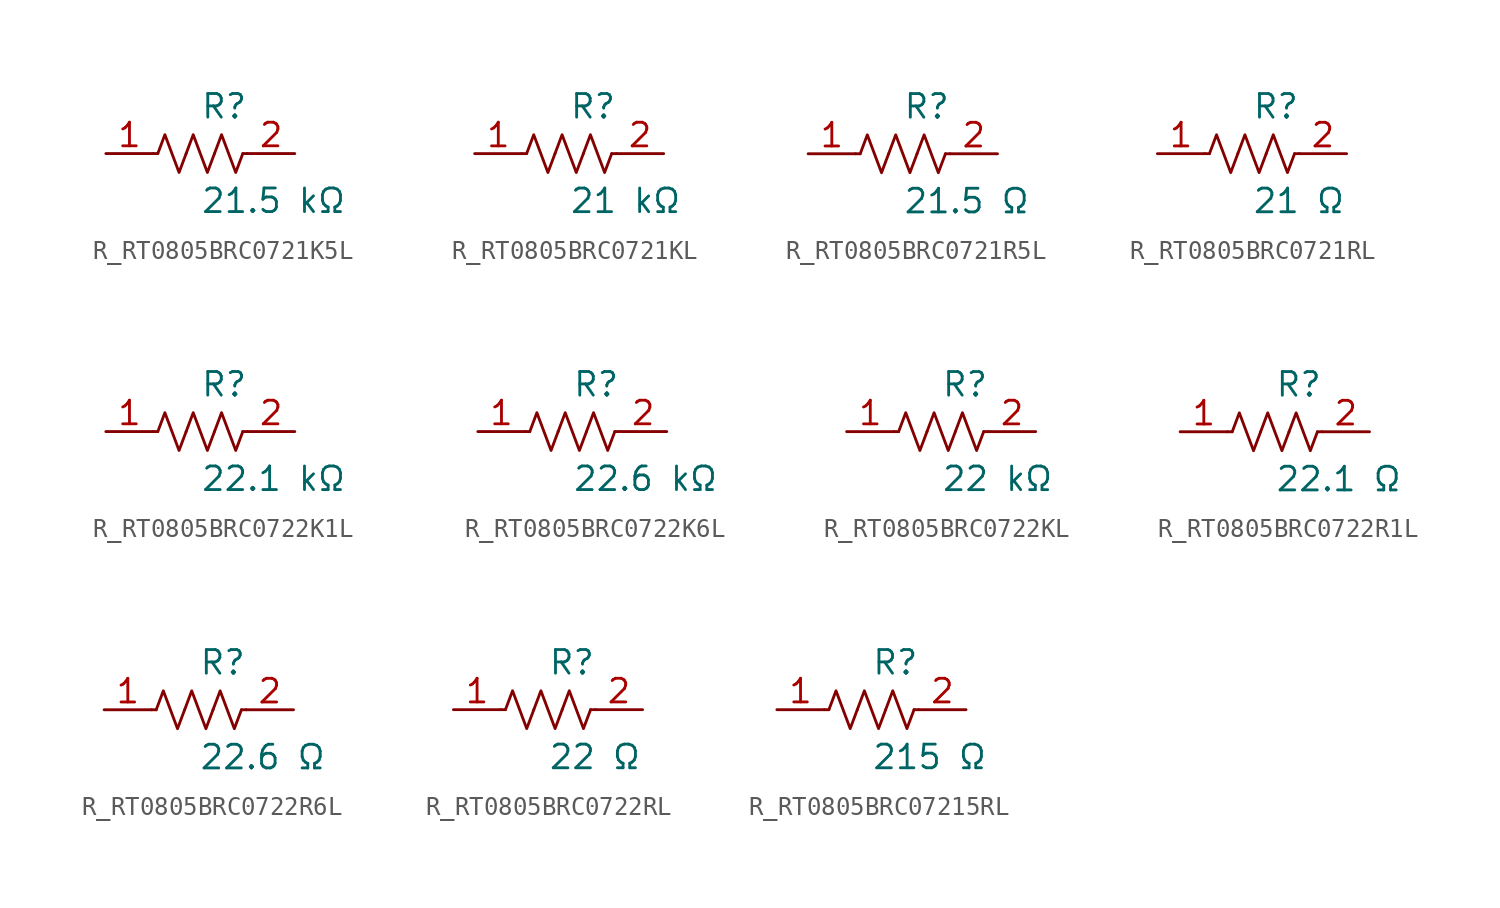
<source format=kicad_sym>
(kicad_symbol_lib
  (version 20231120)
  (generator kicad_symbol_editor)
  (generator_version 8.0)
  (symbol "R_RT0805BRC0721K5L"
    (pin_names
      (offset 0.254))
    (property "Reference" "R"
      (at 0 2.54 0)
      (effects (font (size 1.27 1.27)) (justify left)))
    (property "Value" "21.5 kΩ"
      (at 0 -2.54 0)
      (effects (font (size 1.27 1.27)) (justify left)))
    (symbol "R_RT0805BRC0721K5L_0_1"
      (polyline (pts (xy 2.286 0) (xy 2.54 0)) (stroke (width 0) (type default)) (fill (type none)))
      (polyline (pts (xy -2.286 0) (xy -2.54 0)) (stroke (width 0) (type default)) (fill (type none)))
      (polyline (pts (xy 0.762 0) (xy 1.143 1.016) (xy 1.524 0) (xy 1.905 -1.016) (xy 2.286 0)) (stroke (width 0) (type default)) (fill (type none)))
      (polyline (pts (xy -0.762 0) (xy -0.381 1.016) (xy 0 0) (xy 0.381 -1.016) (xy 0.762 0)) (stroke (width 0) (type default)) (fill (type none)))
      (polyline (pts (xy -2.286 0) (xy -1.905 1.016) (xy -1.524 0) (xy -1.143 -1.016) (xy -0.762 0)) (stroke (width 0) (type default)) (fill (type none))))
    (pin unspecified line
      (at -5.08 0 0)
      (length 2.54)
      (name "" (effects (font (size 1.27 1.27))))
      (number "1" (effects (font (size 1.27 1.27)))))
    (pin unspecified line
      (at 5.08 0 180)
      (length 2.54)
      (name "" (effects (font (size 1.27 1.27))))
      (number "2" (effects (font (size 1.27 1.27))))))
  (symbol "R_RT0805BRC0721KL"
    (pin_names
      (offset 0.254))
    (property "Reference" "R"
      (at 0 2.54 0)
      (effects (font (size 1.27 1.27)) (justify left)))
    (property "Value" "21 kΩ"
      (at 0 -2.54 0)
      (effects (font (size 1.27 1.27)) (justify left)))
    (symbol "R_RT0805BRC0721KL_0_1"
      (polyline (pts (xy 2.286 0) (xy 2.54 0)) (stroke (width 0) (type default)) (fill (type none)))
      (polyline (pts (xy -2.286 0) (xy -2.54 0)) (stroke (width 0) (type default)) (fill (type none)))
      (polyline (pts (xy 0.762 0) (xy 1.143 1.016) (xy 1.524 0) (xy 1.905 -1.016) (xy 2.286 0)) (stroke (width 0) (type default)) (fill (type none)))
      (polyline (pts (xy -0.762 0) (xy -0.381 1.016) (xy 0 0) (xy 0.381 -1.016) (xy 0.762 0)) (stroke (width 0) (type default)) (fill (type none)))
      (polyline (pts (xy -2.286 0) (xy -1.905 1.016) (xy -1.524 0) (xy -1.143 -1.016) (xy -0.762 0)) (stroke (width 0) (type default)) (fill (type none))))
    (pin unspecified line
      (at -5.08 0 0)
      (length 2.54)
      (name "" (effects (font (size 1.27 1.27))))
      (number "1" (effects (font (size 1.27 1.27)))))
    (pin unspecified line
      (at 5.08 0 180)
      (length 2.54)
      (name "" (effects (font (size 1.27 1.27))))
      (number "2" (effects (font (size 1.27 1.27))))))
  (symbol "R_RT0805BRC0721R5L"
    (pin_names
      (offset 0.254))
    (property "Reference" "R"
      (at 0 2.54 0)
      (effects (font (size 1.27 1.27)) (justify left)))
    (property "Value" "21.5 Ω"
      (at 0 -2.54 0)
      (effects (font (size 1.27 1.27)) (justify left)))
    (symbol "R_RT0805BRC0721R5L_0_1"
      (polyline (pts (xy 2.286 0) (xy 2.54 0)) (stroke (width 0) (type default)) (fill (type none)))
      (polyline (pts (xy -2.286 0) (xy -2.54 0)) (stroke (width 0) (type default)) (fill (type none)))
      (polyline (pts (xy 0.762 0) (xy 1.143 1.016) (xy 1.524 0) (xy 1.905 -1.016) (xy 2.286 0)) (stroke (width 0) (type default)) (fill (type none)))
      (polyline (pts (xy -0.762 0) (xy -0.381 1.016) (xy 0 0) (xy 0.381 -1.016) (xy 0.762 0)) (stroke (width 0) (type default)) (fill (type none)))
      (polyline (pts (xy -2.286 0) (xy -1.905 1.016) (xy -1.524 0) (xy -1.143 -1.016) (xy -0.762 0)) (stroke (width 0) (type default)) (fill (type none))))
    (pin unspecified line
      (at -5.08 0 0)
      (length 2.54)
      (name "" (effects (font (size 1.27 1.27))))
      (number "1" (effects (font (size 1.27 1.27)))))
    (pin unspecified line
      (at 5.08 0 180)
      (length 2.54)
      (name "" (effects (font (size 1.27 1.27))))
      (number "2" (effects (font (size 1.27 1.27))))))
  (symbol "R_RT0805BRC0721RL"
    (pin_names
      (offset 0.254))
    (property "Reference" "R"
      (at 0 2.54 0)
      (effects (font (size 1.27 1.27)) (justify left)))
    (property "Value" "21 Ω"
      (at 0 -2.54 0)
      (effects (font (size 1.27 1.27)) (justify left)))
    (symbol "R_RT0805BRC0721RL_0_1"
      (polyline (pts (xy 2.286 0) (xy 2.54 0)) (stroke (width 0) (type default)) (fill (type none)))
      (polyline (pts (xy -2.286 0) (xy -2.54 0)) (stroke (width 0) (type default)) (fill (type none)))
      (polyline (pts (xy 0.762 0) (xy 1.143 1.016) (xy 1.524 0) (xy 1.905 -1.016) (xy 2.286 0)) (stroke (width 0) (type default)) (fill (type none)))
      (polyline (pts (xy -0.762 0) (xy -0.381 1.016) (xy 0 0) (xy 0.381 -1.016) (xy 0.762 0)) (stroke (width 0) (type default)) (fill (type none)))
      (polyline (pts (xy -2.286 0) (xy -1.905 1.016) (xy -1.524 0) (xy -1.143 -1.016) (xy -0.762 0)) (stroke (width 0) (type default)) (fill (type none))))
    (pin unspecified line
      (at -5.08 0 0)
      (length 2.54)
      (name "" (effects (font (size 1.27 1.27))))
      (number "1" (effects (font (size 1.27 1.27)))))
    (pin unspecified line
      (at 5.08 0 180)
      (length 2.54)
      (name "" (effects (font (size 1.27 1.27))))
      (number "2" (effects (font (size 1.27 1.27))))))
  (symbol "R_RT0805BRC0722K1L"
    (pin_names
      (offset 0.254))
    (property "Reference" "R"
      (at 0 2.54 0)
      (effects (font (size 1.27 1.27)) (justify left)))
    (property "Value" "22.1 kΩ"
      (at 0 -2.54 0)
      (effects (font (size 1.27 1.27)) (justify left)))
    (symbol "R_RT0805BRC0722K1L_0_1"
      (polyline (pts (xy 2.286 0) (xy 2.54 0)) (stroke (width 0) (type default)) (fill (type none)))
      (polyline (pts (xy -2.286 0) (xy -2.54 0)) (stroke (width 0) (type default)) (fill (type none)))
      (polyline (pts (xy 0.762 0) (xy 1.143 1.016) (xy 1.524 0) (xy 1.905 -1.016) (xy 2.286 0)) (stroke (width 0) (type default)) (fill (type none)))
      (polyline (pts (xy -0.762 0) (xy -0.381 1.016) (xy 0 0) (xy 0.381 -1.016) (xy 0.762 0)) (stroke (width 0) (type default)) (fill (type none)))
      (polyline (pts (xy -2.286 0) (xy -1.905 1.016) (xy -1.524 0) (xy -1.143 -1.016) (xy -0.762 0)) (stroke (width 0) (type default)) (fill (type none))))
    (pin unspecified line
      (at -5.08 0 0)
      (length 2.54)
      (name "" (effects (font (size 1.27 1.27))))
      (number "1" (effects (font (size 1.27 1.27)))))
    (pin unspecified line
      (at 5.08 0 180)
      (length 2.54)
      (name "" (effects (font (size 1.27 1.27))))
      (number "2" (effects (font (size 1.27 1.27))))))
  (symbol "R_RT0805BRC0722K6L"
    (pin_names
      (offset 0.254))
    (property "Reference" "R"
      (at 0 2.54 0)
      (effects (font (size 1.27 1.27)) (justify left)))
    (property "Value" "22.6 kΩ"
      (at 0 -2.54 0)
      (effects (font (size 1.27 1.27)) (justify left)))
    (symbol "R_RT0805BRC0722K6L_0_1"
      (polyline (pts (xy 2.286 0) (xy 2.54 0)) (stroke (width 0) (type default)) (fill (type none)))
      (polyline (pts (xy -2.286 0) (xy -2.54 0)) (stroke (width 0) (type default)) (fill (type none)))
      (polyline (pts (xy 0.762 0) (xy 1.143 1.016) (xy 1.524 0) (xy 1.905 -1.016) (xy 2.286 0)) (stroke (width 0) (type default)) (fill (type none)))
      (polyline (pts (xy -0.762 0) (xy -0.381 1.016) (xy 0 0) (xy 0.381 -1.016) (xy 0.762 0)) (stroke (width 0) (type default)) (fill (type none)))
      (polyline (pts (xy -2.286 0) (xy -1.905 1.016) (xy -1.524 0) (xy -1.143 -1.016) (xy -0.762 0)) (stroke (width 0) (type default)) (fill (type none))))
    (pin unspecified line
      (at -5.08 0 0)
      (length 2.54)
      (name "" (effects (font (size 1.27 1.27))))
      (number "1" (effects (font (size 1.27 1.27)))))
    (pin unspecified line
      (at 5.08 0 180)
      (length 2.54)
      (name "" (effects (font (size 1.27 1.27))))
      (number "2" (effects (font (size 1.27 1.27))))))
  (symbol "R_RT0805BRC0722KL"
    (pin_names
      (offset 0.254))
    (property "Reference" "R"
      (at 0 2.54 0)
      (effects (font (size 1.27 1.27)) (justify left)))
    (property "Value" "22 kΩ"
      (at 0 -2.54 0)
      (effects (font (size 1.27 1.27)) (justify left)))
    (symbol "R_RT0805BRC0722KL_0_1"
      (polyline (pts (xy 2.286 0) (xy 2.54 0)) (stroke (width 0) (type default)) (fill (type none)))
      (polyline (pts (xy -2.286 0) (xy -2.54 0)) (stroke (width 0) (type default)) (fill (type none)))
      (polyline (pts (xy 0.762 0) (xy 1.143 1.016) (xy 1.524 0) (xy 1.905 -1.016) (xy 2.286 0)) (stroke (width 0) (type default)) (fill (type none)))
      (polyline (pts (xy -0.762 0) (xy -0.381 1.016) (xy 0 0) (xy 0.381 -1.016) (xy 0.762 0)) (stroke (width 0) (type default)) (fill (type none)))
      (polyline (pts (xy -2.286 0) (xy -1.905 1.016) (xy -1.524 0) (xy -1.143 -1.016) (xy -0.762 0)) (stroke (width 0) (type default)) (fill (type none))))
    (pin unspecified line
      (at -5.08 0 0)
      (length 2.54)
      (name "" (effects (font (size 1.27 1.27))))
      (number "1" (effects (font (size 1.27 1.27)))))
    (pin unspecified line
      (at 5.08 0 180)
      (length 2.54)
      (name "" (effects (font (size 1.27 1.27))))
      (number "2" (effects (font (size 1.27 1.27))))))
  (symbol "R_RT0805BRC0722R1L"
    (pin_names
      (offset 0.254))
    (property "Reference" "R"
      (at 0 2.54 0)
      (effects (font (size 1.27 1.27)) (justify left)))
    (property "Value" "22.1 Ω"
      (at 0 -2.54 0)
      (effects (font (size 1.27 1.27)) (justify left)))
    (symbol "R_RT0805BRC0722R1L_0_1"
      (polyline (pts (xy 2.286 0) (xy 2.54 0)) (stroke (width 0) (type default)) (fill (type none)))
      (polyline (pts (xy -2.286 0) (xy -2.54 0)) (stroke (width 0) (type default)) (fill (type none)))
      (polyline (pts (xy 0.762 0) (xy 1.143 1.016) (xy 1.524 0) (xy 1.905 -1.016) (xy 2.286 0)) (stroke (width 0) (type default)) (fill (type none)))
      (polyline (pts (xy -0.762 0) (xy -0.381 1.016) (xy 0 0) (xy 0.381 -1.016) (xy 0.762 0)) (stroke (width 0) (type default)) (fill (type none)))
      (polyline (pts (xy -2.286 0) (xy -1.905 1.016) (xy -1.524 0) (xy -1.143 -1.016) (xy -0.762 0)) (stroke (width 0) (type default)) (fill (type none))))
    (pin unspecified line
      (at -5.08 0 0)
      (length 2.54)
      (name "" (effects (font (size 1.27 1.27))))
      (number "1" (effects (font (size 1.27 1.27)))))
    (pin unspecified line
      (at 5.08 0 180)
      (length 2.54)
      (name "" (effects (font (size 1.27 1.27))))
      (number "2" (effects (font (size 1.27 1.27))))))
  (symbol "R_RT0805BRC0722R6L"
    (pin_names
      (offset 0.254))
    (property "Reference" "R"
      (at 0 2.54 0)
      (effects (font (size 1.27 1.27)) (justify left)))
    (property "Value" "22.6 Ω"
      (at 0 -2.54 0)
      (effects (font (size 1.27 1.27)) (justify left)))
    (symbol "R_RT0805BRC0722R6L_0_1"
      (polyline (pts (xy 2.286 0) (xy 2.54 0)) (stroke (width 0) (type default)) (fill (type none)))
      (polyline (pts (xy -2.286 0) (xy -2.54 0)) (stroke (width 0) (type default)) (fill (type none)))
      (polyline (pts (xy 0.762 0) (xy 1.143 1.016) (xy 1.524 0) (xy 1.905 -1.016) (xy 2.286 0)) (stroke (width 0) (type default)) (fill (type none)))
      (polyline (pts (xy -0.762 0) (xy -0.381 1.016) (xy 0 0) (xy 0.381 -1.016) (xy 0.762 0)) (stroke (width 0) (type default)) (fill (type none)))
      (polyline (pts (xy -2.286 0) (xy -1.905 1.016) (xy -1.524 0) (xy -1.143 -1.016) (xy -0.762 0)) (stroke (width 0) (type default)) (fill (type none))))
    (pin unspecified line
      (at -5.08 0 0)
      (length 2.54)
      (name "" (effects (font (size 1.27 1.27))))
      (number "1" (effects (font (size 1.27 1.27)))))
    (pin unspecified line
      (at 5.08 0 180)
      (length 2.54)
      (name "" (effects (font (size 1.27 1.27))))
      (number "2" (effects (font (size 1.27 1.27))))))
  (symbol "R_RT0805BRC0722RL"
    (pin_names
      (offset 0.254))
    (property "Reference" "R"
      (at 0 2.54 0)
      (effects (font (size 1.27 1.27)) (justify left)))
    (property "Value" "22 Ω"
      (at 0 -2.54 0)
      (effects (font (size 1.27 1.27)) (justify left)))
    (symbol "R_RT0805BRC0722RL_0_1"
      (polyline (pts (xy 2.286 0) (xy 2.54 0)) (stroke (width 0) (type default)) (fill (type none)))
      (polyline (pts (xy -2.286 0) (xy -2.54 0)) (stroke (width 0) (type default)) (fill (type none)))
      (polyline (pts (xy 0.762 0) (xy 1.143 1.016) (xy 1.524 0) (xy 1.905 -1.016) (xy 2.286 0)) (stroke (width 0) (type default)) (fill (type none)))
      (polyline (pts (xy -0.762 0) (xy -0.381 1.016) (xy 0 0) (xy 0.381 -1.016) (xy 0.762 0)) (stroke (width 0) (type default)) (fill (type none)))
      (polyline (pts (xy -2.286 0) (xy -1.905 1.016) (xy -1.524 0) (xy -1.143 -1.016) (xy -0.762 0)) (stroke (width 0) (type default)) (fill (type none))))
    (pin unspecified line
      (at -5.08 0 0)
      (length 2.54)
      (name "" (effects (font (size 1.27 1.27))))
      (number "1" (effects (font (size 1.27 1.27)))))
    (pin unspecified line
      (at 5.08 0 180)
      (length 2.54)
      (name "" (effects (font (size 1.27 1.27))))
      (number "2" (effects (font (size 1.27 1.27))))))
  (symbol "R_RT0805BRC07215RL"
    (pin_names
      (offset 0.254))
    (property "Reference" "R"
      (at 0 2.54 0)
      (effects (font (size 1.27 1.27)) (justify left)))
    (property "Value" "215 Ω"
      (at 0 -2.54 0)
      (effects (font (size 1.27 1.27)) (justify left)))
    (symbol "R_RT0805BRC07215RL_0_1"
      (polyline (pts (xy 2.286 0) (xy 2.54 0)) (stroke (width 0) (type default)) (fill (type none)))
      (polyline (pts (xy -2.286 0) (xy -2.54 0)) (stroke (width 0) (type default)) (fill (type none)))
      (polyline (pts (xy 0.762 0) (xy 1.143 1.016) (xy 1.524 0) (xy 1.905 -1.016) (xy 2.286 0)) (stroke (width 0) (type default)) (fill (type none)))
      (polyline (pts (xy -0.762 0) (xy -0.381 1.016) (xy 0 0) (xy 0.381 -1.016) (xy 0.762 0)) (stroke (width 0) (type default)) (fill (type none)))
      (polyline (pts (xy -2.286 0) (xy -1.905 1.016) (xy -1.524 0) (xy -1.143 -1.016) (xy -0.762 0)) (stroke (width 0) (type default)) (fill (type none))))
    (pin unspecified line
      (at -5.08 0 0)
      (length 2.54)
      (name "" (effects (font (size 1.27 1.27))))
      (number "1" (effects (font (size 1.27 1.27)))))
    (pin unspecified line
      (at 5.08 0 180)
      (length 2.54)
      (name "" (effects (font (size 1.27 1.27))))
      (number "2" (effects (font (size 1.27 1.27)))))))
</source>
